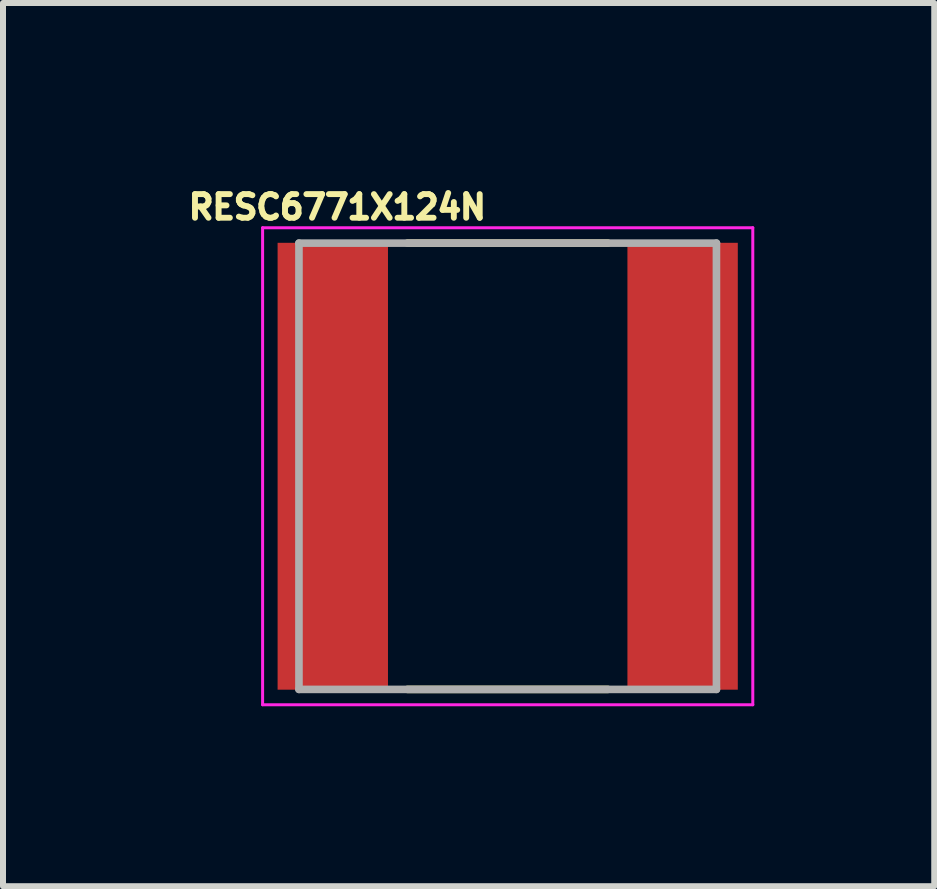
<source format=kicad_pcb>
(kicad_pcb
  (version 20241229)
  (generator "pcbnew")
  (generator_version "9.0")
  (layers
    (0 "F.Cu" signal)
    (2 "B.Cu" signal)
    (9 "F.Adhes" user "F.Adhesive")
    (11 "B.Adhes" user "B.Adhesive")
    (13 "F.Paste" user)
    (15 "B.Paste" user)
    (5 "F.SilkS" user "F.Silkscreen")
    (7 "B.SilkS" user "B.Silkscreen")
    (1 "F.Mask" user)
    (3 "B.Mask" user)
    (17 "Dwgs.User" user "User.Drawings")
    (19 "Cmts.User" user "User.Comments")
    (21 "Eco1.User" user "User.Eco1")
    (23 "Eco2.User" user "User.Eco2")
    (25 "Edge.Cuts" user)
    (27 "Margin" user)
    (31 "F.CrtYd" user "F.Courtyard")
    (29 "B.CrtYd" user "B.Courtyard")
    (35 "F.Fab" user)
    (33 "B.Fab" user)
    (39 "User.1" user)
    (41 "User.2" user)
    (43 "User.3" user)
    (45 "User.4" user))
  (footprint "RESC6771X124N"
    (layer "F.Cu")
    (at 5.414 4.723)
    (property "Reference" "RESC6771X124N" (at -2.84 -4.32 0) (layer "F.SilkS") (effects (font (size 0.394 0.394) (thickness 0.15))))
    (attr smd)
    (fp_line (start -1.67 -3.72) (end 1.67 -3.72) (stroke (width 0.127) (type solid)) (layer "F.SilkS"))
    (fp_line (start -1.67 3.72) (end 1.67 3.72) (stroke (width 0.127) (type solid)) (layer "F.SilkS"))
    (fp_line (start -4.086 -3.976) (end 4.086 -3.976) (stroke (width 0.05) (type solid)) (layer "F.CrtYd"))
    (fp_line (start -4.086 3.976) (end -4.086 -3.976) (stroke (width 0.05) (type solid)) (layer "F.CrtYd"))
    (fp_line (start -4.086 3.976) (end 4.086 3.976) (stroke (width 0.05) (type solid)) (layer "F.CrtYd"))
    (fp_line (start 4.086 3.976) (end 4.086 -3.976) (stroke (width 0.05) (type solid)) (layer "F.CrtYd"))
    (fp_line (start -3.48 3.72) (end -3.48 -3.72) (stroke (width 0.127) (type solid)) (layer "F.Fab"))
    (fp_line (start 3.48 -3.72) (end -3.48 -3.72) (stroke (width 0.127) (type solid)) (layer "F.Fab"))
    (fp_line (start 3.48 3.72) (end -3.48 3.72) (stroke (width 0.127) (type solid)) (layer "F.Fab"))
    (fp_line (start 3.48 3.72) (end 3.48 -3.72) (stroke (width 0.127) (type solid)) (layer "F.Fab"))
    (pad "1" smd rect (at -2.916 0) (size 1.84 7.45) (layers "F.Cu" "F.Mask" "F.Paste"))
    (pad "2" smd rect (at 2.916 0) (size 1.84 7.45) (layers "F.Cu" "F.Mask" "F.Paste")))
  (gr_rect
    (start -3 -3)
    (end 12.525 11.724)
    (stroke (width 0.1) (type default))
    (fill no)
    (layer "Edge.Cuts")))
</source>
